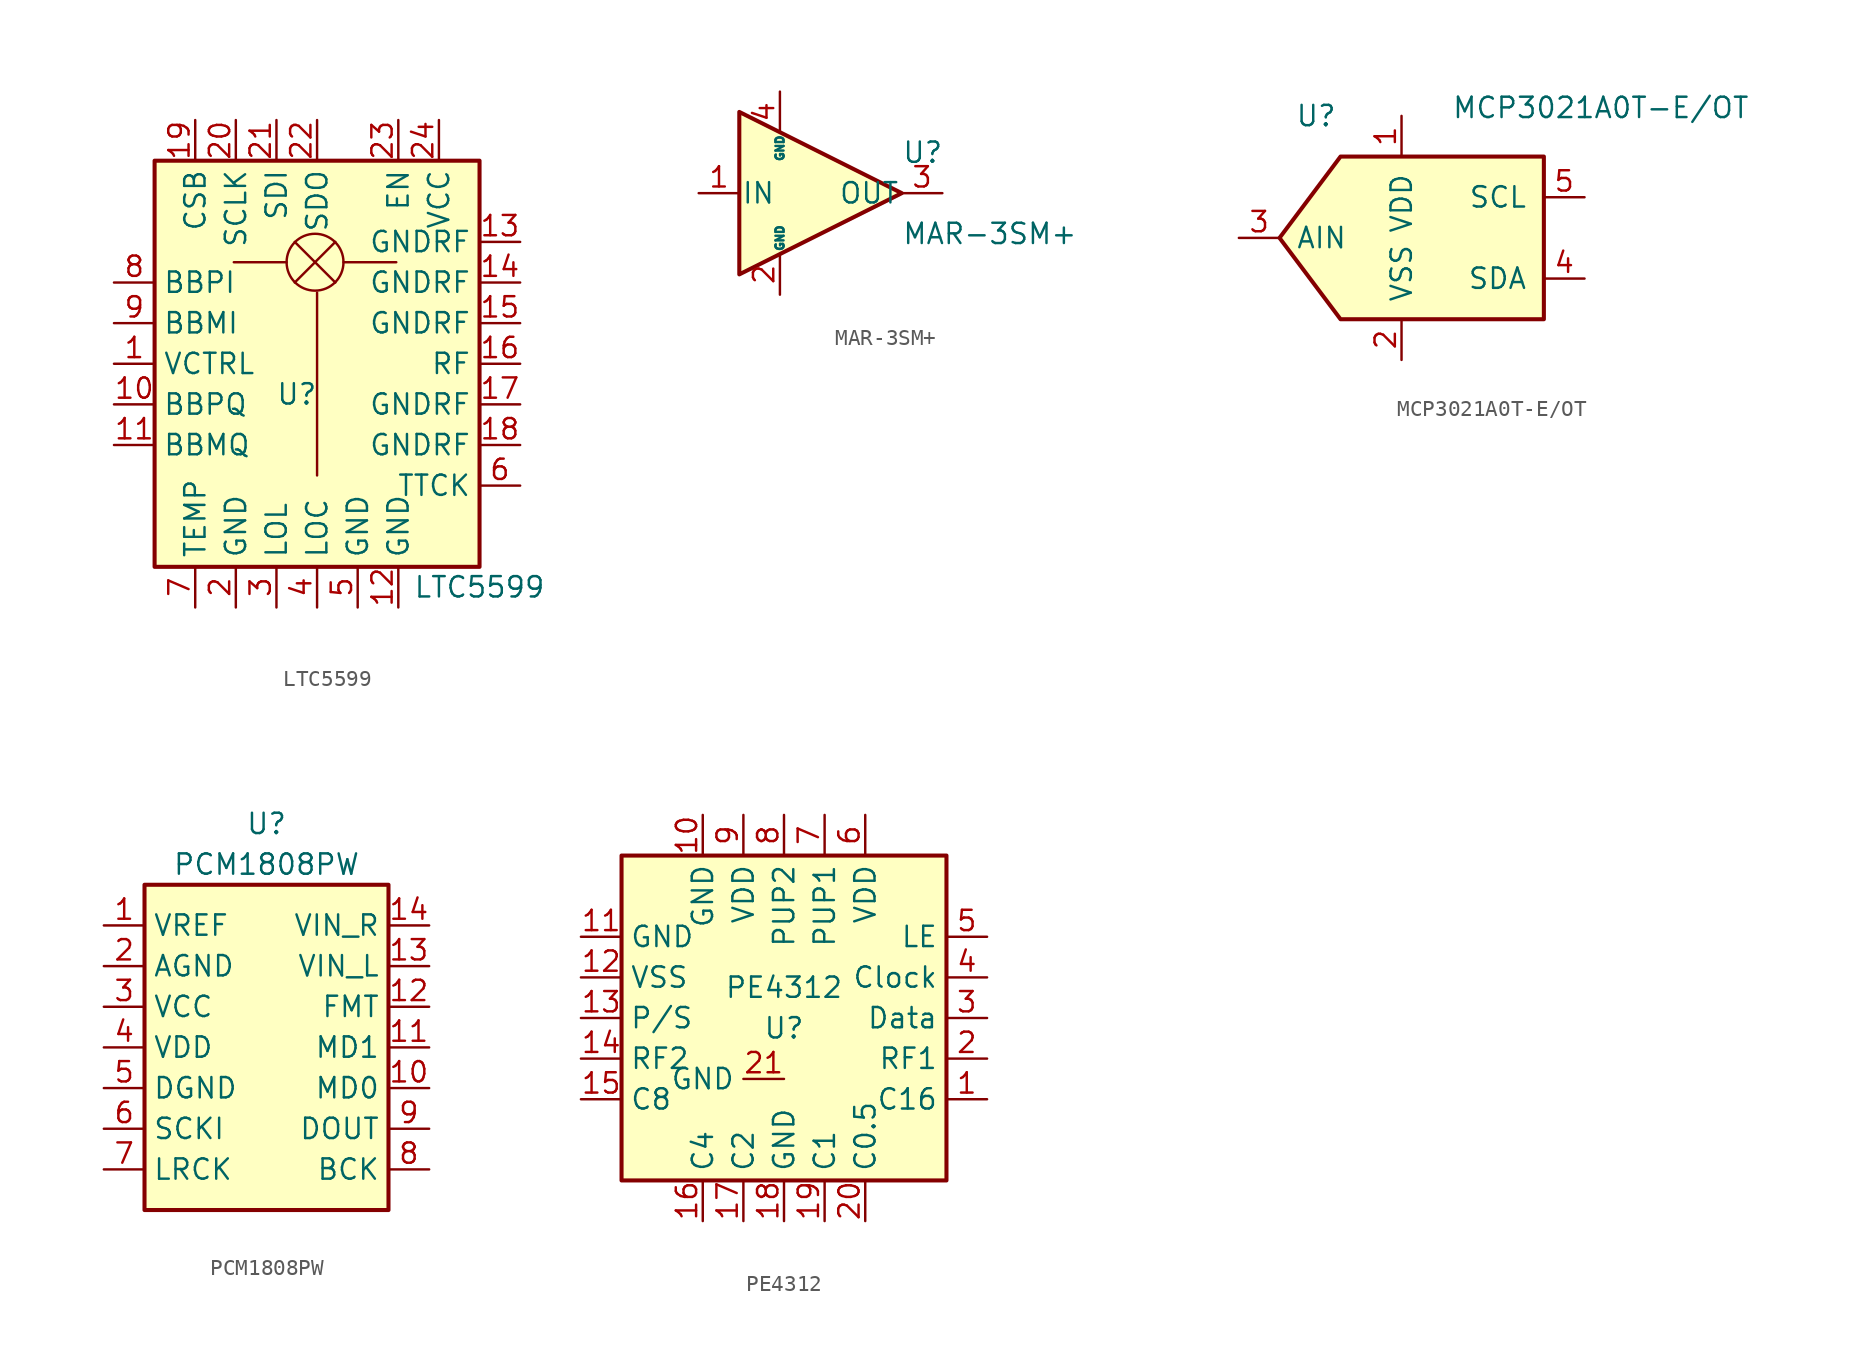
<source format=kicad_sym>
(kicad_symbol_lib
  (version 20231120)
  (generator "kicad_symbol_editor")
  (generator_version "8.0")
  (symbol "LTC5599"
    (property "Reference" "U"
      (at -1.27 -1.905 0)
      (effects (font (size 1.27 1.27))))
    (property "Value" "LTC5599"
      (at 10.16 -13.97 0)
      (effects (font (size 1.27 1.27))))
    (symbol "LTC5599_0_1"
      (rectangle (start -10.16 12.7) (end 10.16 -12.7) (stroke (width 0.254) (type default)) (fill (type background)))
      (polyline (pts (xy 0 4.445) (xy 0 1.27) (xy 0 -6.985)) (stroke (width 0) (type default)) (fill (type none))))
    (symbol "LTC5599_1_1"
      (circle (center -0.127 6.35) (radius 1.778) (stroke (width 0) (type default)) (fill (type none)))
      (polyline (pts (xy -1.905 6.35) (xy -5.207 6.35)) (stroke (width 0) (type default)) (fill (type none)))
      (polyline (pts (xy -1.397 5.08) (xy 1.143 7.62)) (stroke (width 0) (type default)) (fill (type none)))
      (polyline (pts (xy -1.397 7.62) (xy 1.143 5.08)) (stroke (width 0) (type default)) (fill (type none)))
      (polyline (pts (xy 1.651 6.35) (xy 4.953 6.35)) (stroke (width 0) (type default)) (fill (type none)))
      (pin input line (at -12.7 0 0) (length 2.54) (name "VCTRL" (effects (font (size 1.27 1.27)))) (number "1" (effects (font (size 1.27 1.27)))))
      (pin input line (at -12.7 -2.54 0) (length 2.54) (name "BBPQ" (effects (font (size 1.27 1.27)))) (number "10" (effects (font (size 1.27 1.27)))))
      (pin input line (at -12.7 -5.08 0) (length 2.54) (name "BBMQ" (effects (font (size 1.27 1.27)))) (number "11" (effects (font (size 1.27 1.27)))))
      (pin power_in line (at 5.08 -15.24 90) (length 2.54) (name "GND" (effects (font (size 1.27 1.27)))) (number "12" (effects (font (size 1.27 1.27)))))
      (pin passive line (at 12.7 7.62 180) (length 2.54) (name "GNDRF" (effects (font (size 1.27 1.27)))) (number "13" (effects (font (size 1.27 1.27)))))
      (pin passive line (at 12.7 5.08 180) (length 2.54) (name "GNDRF" (effects (font (size 1.27 1.27)))) (number "14" (effects (font (size 1.27 1.27)))))
      (pin passive line (at 12.7 2.54 180) (length 2.54) (name "GNDRF" (effects (font (size 1.27 1.27)))) (number "15" (effects (font (size 1.27 1.27)))))
      (pin output line (at 12.7 0 180) (length 2.54) (name "RF" (effects (font (size 1.27 1.27)))) (number "16" (effects (font (size 1.27 1.27)))))
      (pin passive line (at 12.7 -2.54 180) (length 2.54) (name "GNDRF" (effects (font (size 1.27 1.27)))) (number "17" (effects (font (size 1.27 1.27)))))
      (pin passive line (at 12.7 -5.08 180) (length 2.54) (name "GNDRF" (effects (font (size 1.27 1.27)))) (number "18" (effects (font (size 1.27 1.27)))))
      (pin bidirectional line (at -7.62 15.24 270) (length 2.54) (name "CSB" (effects (font (size 1.27 1.27)))) (number "19" (effects (font (size 1.27 1.27)))))
      (pin power_in line (at -5.08 -15.24 90) (length 2.54) (name "GND" (effects (font (size 1.27 1.27)))) (number "2" (effects (font (size 1.27 1.27)))))
      (pin bidirectional line (at -5.08 15.24 270) (length 2.54) (name "SCLK" (effects (font (size 1.27 1.27)))) (number "20" (effects (font (size 1.27 1.27)))))
      (pin bidirectional line (at -2.54 15.24 270) (length 2.54) (name "SDI" (effects (font (size 1.27 1.27)))) (number "21" (effects (font (size 1.27 1.27)))))
      (pin bidirectional line (at 0 15.24 270) (length 2.54) (name "SDO" (effects (font (size 1.27 1.27)))) (number "22" (effects (font (size 1.27 1.27)))))
      (pin input line (at 5.08 15.24 270) (length 2.54) (name "EN" (effects (font (size 1.27 1.27)))) (number "23" (effects (font (size 1.27 1.27)))))
      (pin power_in line (at 7.62 15.24 270) (length 2.54) (name "VCC" (effects (font (size 1.27 1.27)))) (number "24" (effects (font (size 1.27 1.27)))))
      (pin passive line (at -5.08 -15.24 90) (length 2.54) hide (name "GND" (effects (font (size 1.27 1.27)))) (number "25" (effects (font (size 1.27 1.27)))))
      (pin input line (at -2.54 -15.24 90) (length 2.54) (name "LOL" (effects (font (size 1.27 1.27)))) (number "3" (effects (font (size 1.27 1.27)))))
      (pin input line (at 0 -15.24 90) (length 2.54) (name "LOC" (effects (font (size 1.27 1.27)))) (number "4" (effects (font (size 1.27 1.27)))))
      (pin power_in line (at 2.54 -15.24 90) (length 2.54) (name "GND" (effects (font (size 1.27 1.27)))) (number "5" (effects (font (size 1.27 1.27)))))
      (pin output line (at 12.7 -7.62 180) (length 2.54) (name "TTCK" (effects (font (size 1.27 1.27)))) (number "6" (effects (font (size 1.27 1.27)))))
      (pin passive line (at -7.62 -15.24 90) (length 2.54) (name "TEMP" (effects (font (size 1.27 1.27)))) (number "7" (effects (font (size 1.27 1.27)))))
      (pin input line (at -12.7 5.08 0) (length 2.54) (name "BBPI" (effects (font (size 1.27 1.27)))) (number "8" (effects (font (size 1.27 1.27)))))
      (pin input line (at -12.7 2.54 0) (length 2.54) (name "BBMI" (effects (font (size 1.27 1.27)))) (number "9" (effects (font (size 1.27 1.27)))))))
  (symbol "MAR-3SM+"
    (pin_names
      (offset 0.127))
    (property "Reference" "U"
      (at 5.08 2.54 0)
      (effects (font (size 1.27 1.27)) (justify left)))
    (property "Value" "MAR-3SM+"
      (at 5.08 -2.54 0)
      (effects (font (size 1.27 1.27)) (justify left)))
    (symbol "MAR-3SM+_1_1"
      (polyline (pts (xy 5.08 0) (xy -5.08 5.08) (xy -5.08 -5.08) (xy 5.08 0)) (stroke (width 0.254) (type default)) (fill (type background)))
      (pin input line (at -7.62 0 0) (length 2.54) (name "IN" (effects (font (size 1.27 1.27)))) (number "1" (effects (font (size 1.27 1.27)))))
      (pin input line (at -2.54 -6.35 90) (length 2.54) (name "GND" (effects (font (size 0.508 0.508)))) (number "2" (effects (font (size 1.27 1.27)))))
      (pin output line (at 7.62 0 180) (length 2.54) (name "OUT" (effects (font (size 1.27 1.27)))) (number "3" (effects (font (size 1.27 1.27)))))
      (pin input line (at -2.54 6.35 270) (length 2.54) (name "GND" (effects (font (size 0.508 0.508)))) (number "4" (effects (font (size 1.27 1.27)))))))
  (symbol "MCP3021A0T-E/OT"
    (pin_names
      (offset 1.016))
    (property "Reference" "U"
      (at -5.334 7.62 0)
      (effects (font (size 1.27 1.27))))
    (property "Value" "MCP3021A0T-E/OT"
      (at 12.446 8.128 0)
      (effects (font (size 1.27 1.27))))
    (symbol "MCP3021A0T-E/OT_0_1"
      (polyline (pts (xy 8.89 5.08) (xy -3.81 5.08) (xy -7.62 0) (xy -3.81 -5.08) (xy 8.89 -5.08) (xy 8.89 5.08)) (stroke (width 0.254) (type default)) (fill (type background))))
    (symbol "MCP3021A0T-E/OT_1_1"
      (pin power_in line (at 0 7.62 270) (length 2.54) (name "VDD" (effects (font (size 1.27 1.27)))) (number "1" (effects (font (size 1.27 1.27)))))
      (pin power_in line (at 0 -7.62 90) (length 2.54) (name "VSS" (effects (font (size 1.27 1.27)))) (number "2" (effects (font (size 1.27 1.27)))))
      (pin passive line (at -10.16 0 0) (length 2.54) (name "AIN" (effects (font (size 1.27 1.27)))) (number "3" (effects (font (size 1.27 1.27)))))
      (pin bidirectional line (at 11.43 -2.54 180) (length 2.54) (name "SDA" (effects (font (size 1.27 1.27)))) (number "4" (effects (font (size 1.27 1.27)))))
      (pin input line (at 11.43 2.54 180) (length 2.54) (name "SCL" (effects (font (size 1.27 1.27)))) (number "5" (effects (font (size 1.27 1.27)))))))
  (symbol "PCM1808PW"
    (property "Reference" "U"
      (at 0 13.97 0)
      (effects (font (size 1.27 1.27))))
    (property "Value" "PCM1808PW"
      (at 0 11.43 0)
      (effects (font (size 1.27 1.27))))
    (symbol "PCM1808PW_0_1"
      (rectangle (start -7.62 10.16) (end 7.62 -10.16) (stroke (width 0.254) (type default)) (fill (type background))))
    (symbol "PCM1808PW_1_1"
      (pin input line (at -10.16 7.62 0) (length 2.54) (name "VREF" (effects (font (size 1.27 1.27)))) (number "1" (effects (font (size 1.27 1.27)))))
      (pin input line (at 10.16 -2.54 180) (length 2.54) (name "MD0" (effects (font (size 1.27 1.27)))) (number "10" (effects (font (size 1.27 1.27)))))
      (pin input line (at 10.16 0 180) (length 2.54) (name "MD1" (effects (font (size 1.27 1.27)))) (number "11" (effects (font (size 1.27 1.27)))))
      (pin input line (at 10.16 2.54 180) (length 2.54) (name "FMT" (effects (font (size 1.27 1.27)))) (number "12" (effects (font (size 1.27 1.27)))))
      (pin input line (at 10.16 5.08 180) (length 2.54) (name "VIN_L" (effects (font (size 1.27 1.27)))) (number "13" (effects (font (size 1.27 1.27)))))
      (pin input line (at 10.16 7.62 180) (length 2.54) (name "VIN_R" (effects (font (size 1.27 1.27)))) (number "14" (effects (font (size 1.27 1.27)))))
      (pin power_in line (at -10.16 5.08 0) (length 2.54) (name "AGND" (effects (font (size 1.27 1.27)))) (number "2" (effects (font (size 1.27 1.27)))))
      (pin power_in line (at -10.16 2.54 0) (length 2.54) (name "VCC" (effects (font (size 1.27 1.27)))) (number "3" (effects (font (size 1.27 1.27)))))
      (pin power_in line (at -10.16 0 0) (length 2.54) (name "VDD" (effects (font (size 1.27 1.27)))) (number "4" (effects (font (size 1.27 1.27)))))
      (pin power_in line (at -10.16 -2.54 0) (length 2.54) (name "DGND" (effects (font (size 1.27 1.27)))) (number "5" (effects (font (size 1.27 1.27)))))
      (pin input line (at -10.16 -5.08 0) (length 2.54) (name "SCKI" (effects (font (size 1.27 1.27)))) (number "6" (effects (font (size 1.27 1.27)))))
      (pin bidirectional line (at -10.16 -7.62 0) (length 2.54) (name "LRCK" (effects (font (size 1.27 1.27)))) (number "7" (effects (font (size 1.27 1.27)))))
      (pin bidirectional line (at 10.16 -7.62 180) (length 2.54) (name "BCK" (effects (font (size 1.27 1.27)))) (number "8" (effects (font (size 1.27 1.27)))))
      (pin output line (at 10.16 -5.08 180) (length 2.54) (name "DOUT" (effects (font (size 1.27 1.27)))) (number "9" (effects (font (size 1.27 1.27)))))))
  (symbol "PE4312"
    (property "Reference" "U"
      (at 0 -0.635 0)
      (effects (font (size 1.27 1.27))))
    (property "Value" "PE4312"
      (at 0 1.905 0)
      (effects (font (size 1.27 1.27))))
    (symbol "PE4312_0_1"
      (rectangle (start -10.16 10.16) (end 10.16 -10.16) (stroke (width 0.254) (type default)) (fill (type background))))
    (symbol "PE4312_1_1"
      (pin input line (at 12.7 -5.08 180) (length 2.54) (name "C16" (effects (font (size 1.27 1.27)))) (number "1" (effects (font (size 1.27 1.27)))))
      (pin input line (at -5.08 12.7 270) (length 2.54) (name "GND" (effects (font (size 1.27 1.27)))) (number "10" (effects (font (size 1.27 1.27)))))
      (pin input line (at -12.7 5.08 0) (length 2.54) (name "GND" (effects (font (size 1.27 1.27)))) (number "11" (effects (font (size 1.27 1.27)))))
      (pin input line (at -12.7 2.54 0) (length 2.54) (name "VSS" (effects (font (size 1.27 1.27)))) (number "12" (effects (font (size 1.27 1.27)))))
      (pin input line (at -12.7 0 0) (length 2.54) (name "P/S" (effects (font (size 1.27 1.27)))) (number "13" (effects (font (size 1.27 1.27)))))
      (pin input line (at -12.7 -2.54 0) (length 2.54) (name "RF2" (effects (font (size 1.27 1.27)))) (number "14" (effects (font (size 1.27 1.27)))))
      (pin input line (at -12.7 -5.08 0) (length 2.54) (name "C8" (effects (font (size 1.27 1.27)))) (number "15" (effects (font (size 1.27 1.27)))))
      (pin input line (at -5.08 -12.7 90) (length 2.54) (name "C4" (effects (font (size 1.27 1.27)))) (number "16" (effects (font (size 1.27 1.27)))))
      (pin input line (at -2.54 -12.7 90) (length 2.54) (name "C2" (effects (font (size 1.27 1.27)))) (number "17" (effects (font (size 1.27 1.27)))))
      (pin input line (at 0 -12.7 90) (length 2.54) (name "GND" (effects (font (size 1.27 1.27)))) (number "18" (effects (font (size 1.27 1.27)))))
      (pin input line (at 2.54 -12.7 90) (length 2.54) (name "C1" (effects (font (size 1.27 1.27)))) (number "19" (effects (font (size 1.27 1.27)))))
      (pin input line (at 12.7 -2.54 180) (length 2.54) (name "RF1" (effects (font (size 1.27 1.27)))) (number "2" (effects (font (size 1.27 1.27)))))
      (pin input line (at 5.08 -12.7 90) (length 2.54) (name "C0.5" (effects (font (size 1.27 1.27)))) (number "20" (effects (font (size 1.27 1.27)))))
      (pin input line (at 0 -3.81 180) (length 2.54) (name "GND" (effects (font (size 1.27 1.27)))) (number "21" (effects (font (size 1.27 1.27)))))
      (pin input line (at 12.7 0 180) (length 2.54) (name "Data" (effects (font (size 1.27 1.27)))) (number "3" (effects (font (size 1.27 1.27)))))
      (pin input line (at 12.7 2.54 180) (length 2.54) (name "Clock" (effects (font (size 1.27 1.27)))) (number "4" (effects (font (size 1.27 1.27)))))
      (pin input line (at 12.7 5.08 180) (length 2.54) (name "LE" (effects (font (size 1.27 1.27)))) (number "5" (effects (font (size 1.27 1.27)))))
      (pin input line (at 5.08 12.7 270) (length 2.54) (name "VDD" (effects (font (size 1.27 1.27)))) (number "6" (effects (font (size 1.27 1.27)))))
      (pin input line (at 2.54 12.7 270) (length 2.54) (name "PUP1" (effects (font (size 1.27 1.27)))) (number "7" (effects (font (size 1.27 1.27)))))
      (pin input line (at 0 12.7 270) (length 2.54) (name "PUP2" (effects (font (size 1.27 1.27)))) (number "8" (effects (font (size 1.27 1.27)))))
      (pin input line (at -2.54 12.7 270) (length 2.54) (name "VDD" (effects (font (size 1.27 1.27)))) (number "9" (effects (font (size 1.27 1.27))))))))
</source>
